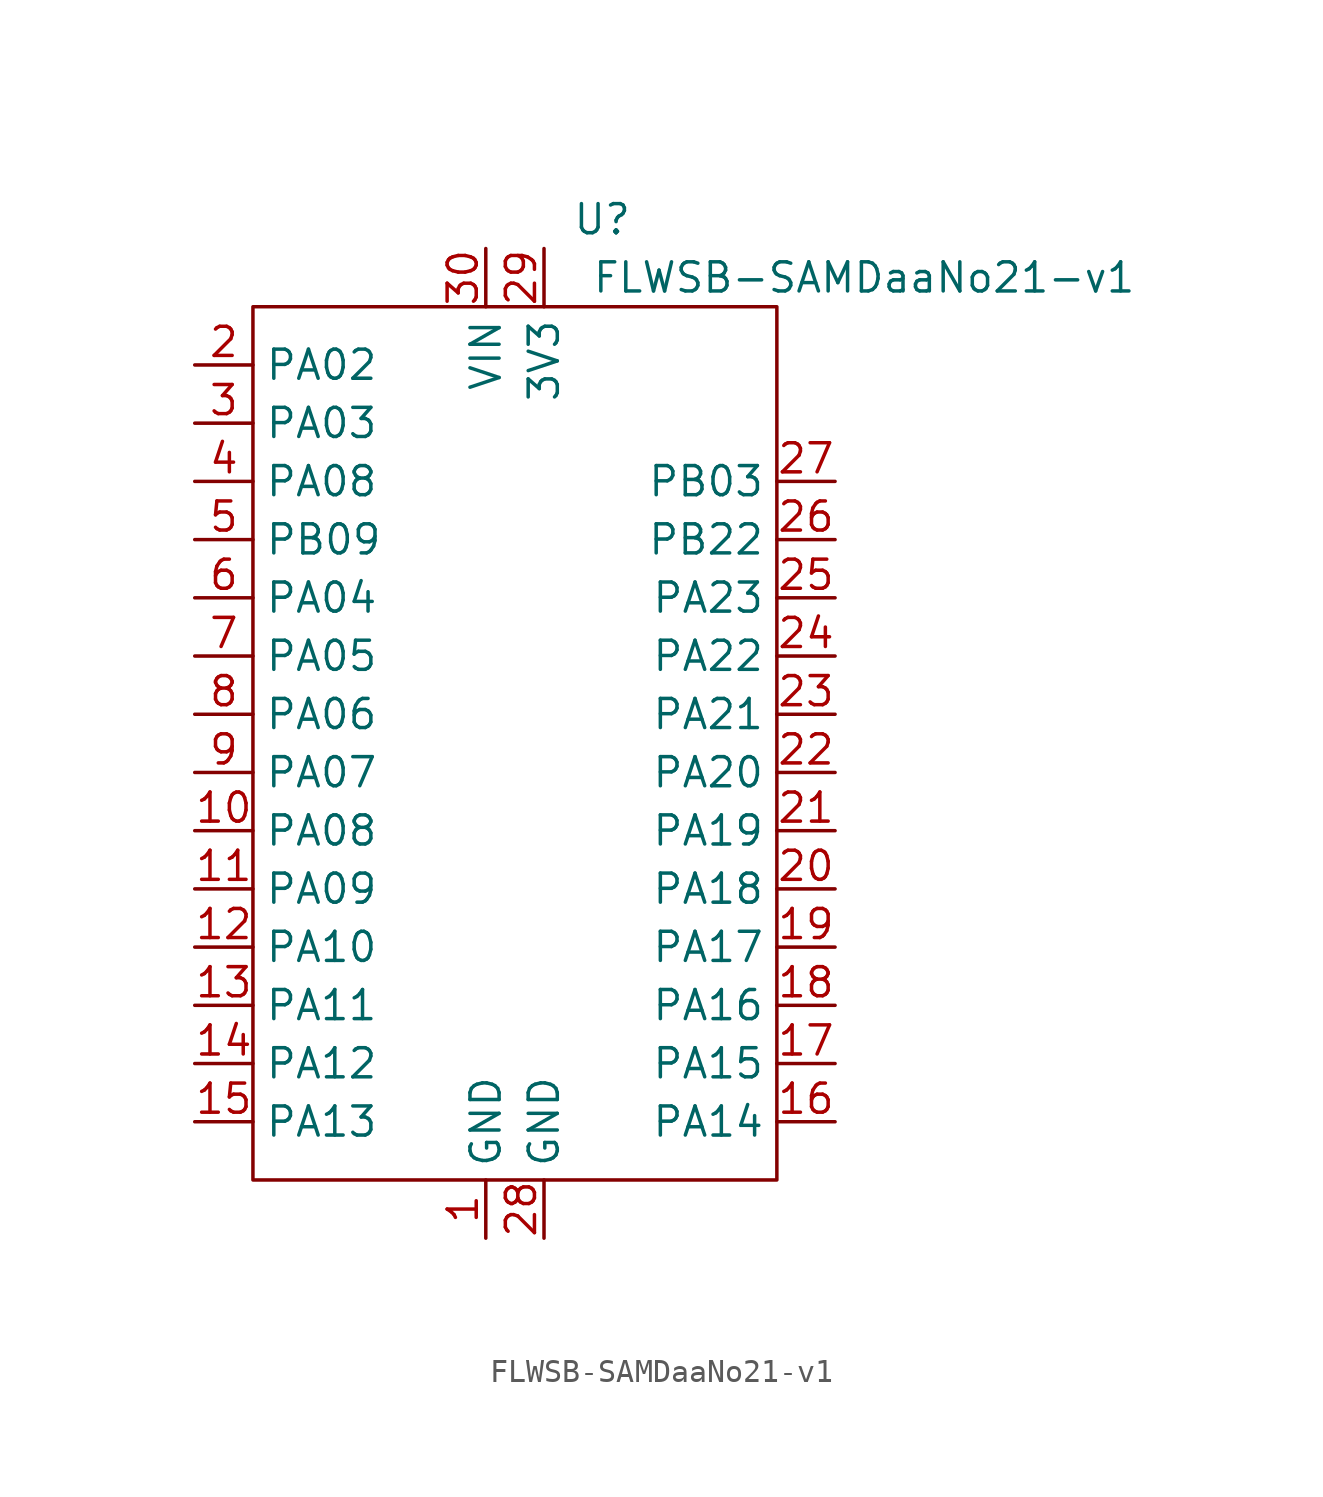
<source format=kicad_sym>
(kicad_symbol_lib
  (version 20211014)
  (generator kicad_symbol_editor)
  (symbol "FLWSB-SAMDaaNo21-v1"
    (property "Reference" "U"
      (at 3.81 -1.27 0)
      (effects (font (size 1.27 1.27))))
    (property "Value" "FLWSB-SAMDaaNo21-v1"
      (at 15.24 -3.81 0)
      (effects (font (size 1.27 1.27))))
    (symbol "FLWSB-SAMDaaNo21-v1_0_1"
      (rectangle (start -11.43 -5.08) (end 11.43 -43.18) (stroke (width 0) (type default) (color 0 0 0 0)) (fill (type none))))
    (symbol "FLWSB-SAMDaaNo21-v1_1_1"
      (pin power_in line (at -1.27 -45.72 90) (length 2.54) (name "GND" (effects (font (size 1.27 1.27)))) (number "1" (effects (font (size 1.27 1.27)))))
      (pin bidirectional line (at -13.97 -27.94 0) (length 2.54) (name "PA08" (effects (font (size 1.27 1.27)))) (number "10" (effects (font (size 1.27 1.27)))))
      (pin bidirectional line (at -13.97 -30.48 0) (length 2.54) (name "PA09" (effects (font (size 1.27 1.27)))) (number "11" (effects (font (size 1.27 1.27)))))
      (pin bidirectional line (at -13.97 -33.02 0) (length 2.54) (name "PA10" (effects (font (size 1.27 1.27)))) (number "12" (effects (font (size 1.27 1.27)))))
      (pin bidirectional line (at -13.97 -35.56 0) (length 2.54) (name "PA11" (effects (font (size 1.27 1.27)))) (number "13" (effects (font (size 1.27 1.27)))))
      (pin bidirectional line (at -13.97 -38.1 0) (length 2.54) (name "PA12" (effects (font (size 1.27 1.27)))) (number "14" (effects (font (size 1.27 1.27)))))
      (pin bidirectional line (at -13.97 -40.64 0) (length 2.54) (name "PA13" (effects (font (size 1.27 1.27)))) (number "15" (effects (font (size 1.27 1.27)))))
      (pin bidirectional line (at 13.97 -40.64 180) (length 2.54) (name "PA14" (effects (font (size 1.27 1.27)))) (number "16" (effects (font (size 1.27 1.27)))))
      (pin bidirectional line (at 13.97 -38.1 180) (length 2.54) (name "PA15" (effects (font (size 1.27 1.27)))) (number "17" (effects (font (size 1.27 1.27)))))
      (pin bidirectional line (at 13.97 -35.56 180) (length 2.54) (name "PA16" (effects (font (size 1.27 1.27)))) (number "18" (effects (font (size 1.27 1.27)))))
      (pin bidirectional line (at 13.97 -33.02 180) (length 2.54) (name "PA17" (effects (font (size 1.27 1.27)))) (number "19" (effects (font (size 1.27 1.27)))))
      (pin bidirectional line (at -13.97 -7.62 0) (length 2.54) (name "PA02" (effects (font (size 1.27 1.27)))) (number "2" (effects (font (size 1.27 1.27)))))
      (pin bidirectional line (at 13.97 -30.48 180) (length 2.54) (name "PA18" (effects (font (size 1.27 1.27)))) (number "20" (effects (font (size 1.27 1.27)))))
      (pin bidirectional line (at 13.97 -27.94 180) (length 2.54) (name "PA19" (effects (font (size 1.27 1.27)))) (number "21" (effects (font (size 1.27 1.27)))))
      (pin bidirectional line (at 13.97 -25.4 180) (length 2.54) (name "PA20" (effects (font (size 1.27 1.27)))) (number "22" (effects (font (size 1.27 1.27)))))
      (pin bidirectional line (at 13.97 -22.86 180) (length 2.54) (name "PA21" (effects (font (size 1.27 1.27)))) (number "23" (effects (font (size 1.27 1.27)))))
      (pin bidirectional line (at 13.97 -20.32 180) (length 2.54) (name "PA22" (effects (font (size 1.27 1.27)))) (number "24" (effects (font (size 1.27 1.27)))))
      (pin bidirectional line (at 13.97 -17.78 180) (length 2.54) (name "PA23" (effects (font (size 1.27 1.27)))) (number "25" (effects (font (size 1.27 1.27)))))
      (pin bidirectional line (at 13.97 -15.24 180) (length 2.54) (name "PB22" (effects (font (size 1.27 1.27)))) (number "26" (effects (font (size 1.27 1.27)))))
      (pin bidirectional line (at 13.97 -12.7 180) (length 2.54) (name "PB03" (effects (font (size 1.27 1.27)))) (number "27" (effects (font (size 1.27 1.27)))) (alternate "48" bidirectional line) (alternate "SERCOM5/PAD:1" bidirectional line))
      (pin power_in line (at 1.27 -45.72 90) (length 2.54) (name "GND" (effects (font (size 1.27 1.27)))) (number "28" (effects (font (size 1.27 1.27)))))
      (pin power_in line (at 1.27 -2.54 270) (length 2.54) (name "3V3" (effects (font (size 1.27 1.27)))) (number "29" (effects (font (size 1.27 1.27)))))
      (pin bidirectional line (at -13.97 -10.16 0) (length 2.54) (name "PA03" (effects (font (size 1.27 1.27)))) (number "3" (effects (font (size 1.27 1.27)))))
      (pin power_in line (at -1.27 -2.54 270) (length 2.54) (name "VIN" (effects (font (size 1.27 1.27)))) (number "30" (effects (font (size 1.27 1.27)))))
      (pin bidirectional line (at -13.97 -12.7 0) (length 2.54) (name "PA08" (effects (font (size 1.27 1.27)))) (number "4" (effects (font (size 1.27 1.27)))))
      (pin bidirectional line (at -13.97 -15.24 0) (length 2.54) (name "PB09" (effects (font (size 1.27 1.27)))) (number "5" (effects (font (size 1.27 1.27)))))
      (pin bidirectional line (at -13.97 -17.78 0) (length 2.54) (name "PA04" (effects (font (size 1.27 1.27)))) (number "6" (effects (font (size 1.27 1.27)))))
      (pin bidirectional line (at -13.97 -20.32 0) (length 2.54) (name "PA05" (effects (font (size 1.27 1.27)))) (number "7" (effects (font (size 1.27 1.27)))))
      (pin bidirectional line (at -13.97 -22.86 0) (length 2.54) (name "PA06" (effects (font (size 1.27 1.27)))) (number "8" (effects (font (size 1.27 1.27)))))
      (pin bidirectional line (at -13.97 -25.4 0) (length 2.54) (name "PA07" (effects (font (size 1.27 1.27)))) (number "9" (effects (font (size 1.27 1.27))))))))
</source>
